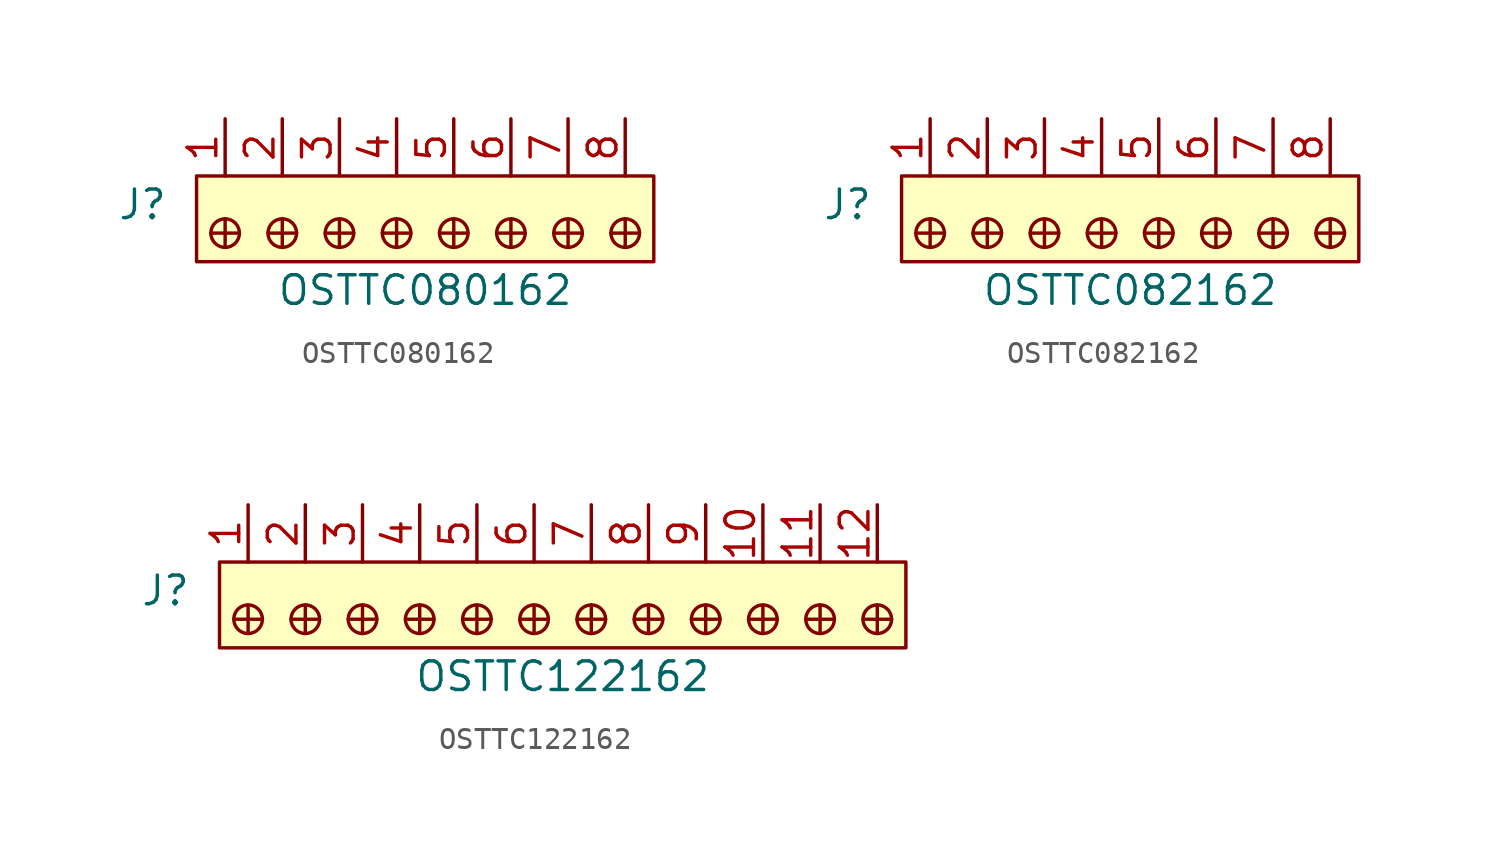
<source format=kicad_sym>
(kicad_symbol_lib
  (version 20211014)
  (generator kicad_symbol_editor)
  (symbol "OSTTC080162"
    (pin_names
      (offset 1.016))
    (property "Reference" "J"
      (at -2.54 -1.27 0)
      (effects (font (size 1.27 1.27)) (justify right)))
    (property "Value" "OSTTC080162"
      (at 8.89 -5.08 0)
      (effects (font (size 1.27 1.27))))
    (symbol "OSTTC080162_1_1"
      (rectangle (start -1.27 0) (end 19.05 -3.81) (stroke (width 0) (type default) (color 0 0 0 0)) (fill (type background)))
      (circle (center 0 -2.54) (radius 0.635) (stroke (width 0) (type default) (color 0 0 0 0)) (fill (type none)))
      (polyline (pts (xy 0 -1.905) (xy 0 -3.175)) (stroke (width 0) (type default) (color 0 0 0 0)) (fill (type none)))
      (polyline (pts (xy 0.635 -2.54) (xy -0.635 -2.54)) (stroke (width 0) (type default) (color 0 0 0 0)) (fill (type none)))
      (polyline (pts (xy 1.905 -2.54) (xy 3.175 -2.54)) (stroke (width 0) (type default) (color 0 0 0 0)) (fill (type none)))
      (polyline (pts (xy 2.54 -1.905) (xy 2.54 -3.175)) (stroke (width 0) (type default) (color 0 0 0 0)) (fill (type none)))
      (polyline (pts (xy 5.08 -1.905) (xy 5.08 -3.175)) (stroke (width 0) (type default) (color 0 0 0 0)) (fill (type none)))
      (polyline (pts (xy 5.715 -2.54) (xy 4.445 -2.54)) (stroke (width 0) (type default) (color 0 0 0 0)) (fill (type none)))
      (polyline (pts (xy 6.985 -2.54) (xy 8.255 -2.54)) (stroke (width 0) (type default) (color 0 0 0 0)) (fill (type none)))
      (polyline (pts (xy 7.62 -1.905) (xy 7.62 -3.175)) (stroke (width 0) (type default) (color 0 0 0 0)) (fill (type none)))
      (polyline (pts (xy 10.16 -1.905) (xy 10.16 -3.175)) (stroke (width 0) (type default) (color 0 0 0 0)) (fill (type none)))
      (polyline (pts (xy 10.795 -2.54) (xy 9.525 -2.54)) (stroke (width 0) (type default) (color 0 0 0 0)) (fill (type none)))
      (polyline (pts (xy 12.065 -2.54) (xy 13.335 -2.54)) (stroke (width 0) (type default) (color 0 0 0 0)) (fill (type none)))
      (polyline (pts (xy 12.7 -1.905) (xy 12.7 -3.175)) (stroke (width 0) (type default) (color 0 0 0 0)) (fill (type none)))
      (polyline (pts (xy 15.24 -1.905) (xy 15.24 -3.175)) (stroke (width 0) (type default) (color 0 0 0 0)) (fill (type none)))
      (polyline (pts (xy 15.875 -2.54) (xy 14.605 -2.54)) (stroke (width 0) (type default) (color 0 0 0 0)) (fill (type none)))
      (polyline (pts (xy 17.145 -2.54) (xy 18.415 -2.54)) (stroke (width 0) (type default) (color 0 0 0 0)) (fill (type none)))
      (polyline (pts (xy 17.78 -1.905) (xy 17.78 -3.175)) (stroke (width 0) (type default) (color 0 0 0 0)) (fill (type none)))
      (circle (center 2.54 -2.54) (radius 0.635) (stroke (width 0) (type default) (color 0 0 0 0)) (fill (type none)))
      (circle (center 5.08 -2.54) (radius 0.635) (stroke (width 0) (type default) (color 0 0 0 0)) (fill (type none)))
      (circle (center 7.62 -2.54) (radius 0.635) (stroke (width 0) (type default) (color 0 0 0 0)) (fill (type none)))
      (circle (center 10.16 -2.54) (radius 0.635) (stroke (width 0) (type default) (color 0 0 0 0)) (fill (type none)))
      (circle (center 12.7 -2.54) (radius 0.635) (stroke (width 0) (type default) (color 0 0 0 0)) (fill (type none)))
      (circle (center 15.24 -2.54) (radius 0.635) (stroke (width 0) (type default) (color 0 0 0 0)) (fill (type none)))
      (circle (center 17.78 -2.54) (radius 0.635) (stroke (width 0) (type default) (color 0 0 0 0)) (fill (type none)))
      (pin passive line (at 0 2.54 270) (length 2.54) (name "~" (effects (font (size 1.27 1.27)))) (number "1" (effects (font (size 1.27 1.27)))))
      (pin passive line (at 2.54 2.54 270) (length 2.54) (name "~" (effects (font (size 1.27 1.27)))) (number "2" (effects (font (size 1.27 1.27)))))
      (pin passive line (at 5.08 2.54 270) (length 2.54) (name "~" (effects (font (size 1.27 1.27)))) (number "3" (effects (font (size 1.27 1.27)))))
      (pin passive line (at 7.62 2.54 270) (length 2.54) (name "~" (effects (font (size 1.27 1.27)))) (number "4" (effects (font (size 1.27 1.27)))))
      (pin passive line (at 10.16 2.54 270) (length 2.54) (name "~" (effects (font (size 1.27 1.27)))) (number "5" (effects (font (size 1.27 1.27)))))
      (pin passive line (at 12.7 2.54 270) (length 2.54) (name "~" (effects (font (size 1.27 1.27)))) (number "6" (effects (font (size 1.27 1.27)))))
      (pin passive line (at 15.24 2.54 270) (length 2.54) (name "~" (effects (font (size 1.27 1.27)))) (number "7" (effects (font (size 1.27 1.27)))))
      (pin passive line (at 17.78 2.54 270) (length 2.54) (name "~" (effects (font (size 1.27 1.27)))) (number "8" (effects (font (size 1.27 1.27)))))))
  (symbol "OSTTC082162"
    (pin_names
      (offset 1.016))
    (property "Reference" "J"
      (at -2.54 -1.27 0)
      (effects (font (size 1.27 1.27)) (justify right)))
    (property "Value" "OSTTC082162"
      (at 8.89 -5.08 0)
      (effects (font (size 1.27 1.27))))
    (symbol "OSTTC082162_1_1"
      (rectangle (start -1.27 0) (end 19.05 -3.81) (stroke (width 0) (type default) (color 0 0 0 0)) (fill (type background)))
      (circle (center 0 -2.54) (radius 0.635) (stroke (width 0) (type default) (color 0 0 0 0)) (fill (type none)))
      (polyline (pts (xy 0 -1.905) (xy 0 -3.175)) (stroke (width 0) (type default) (color 0 0 0 0)) (fill (type none)))
      (polyline (pts (xy 0.635 -2.54) (xy -0.635 -2.54)) (stroke (width 0) (type default) (color 0 0 0 0)) (fill (type none)))
      (polyline (pts (xy 1.905 -2.54) (xy 3.175 -2.54)) (stroke (width 0) (type default) (color 0 0 0 0)) (fill (type none)))
      (polyline (pts (xy 2.54 -1.905) (xy 2.54 -3.175)) (stroke (width 0) (type default) (color 0 0 0 0)) (fill (type none)))
      (polyline (pts (xy 5.08 -1.905) (xy 5.08 -3.175)) (stroke (width 0) (type default) (color 0 0 0 0)) (fill (type none)))
      (polyline (pts (xy 5.715 -2.54) (xy 4.445 -2.54)) (stroke (width 0) (type default) (color 0 0 0 0)) (fill (type none)))
      (polyline (pts (xy 6.985 -2.54) (xy 8.255 -2.54)) (stroke (width 0) (type default) (color 0 0 0 0)) (fill (type none)))
      (polyline (pts (xy 7.62 -1.905) (xy 7.62 -3.175)) (stroke (width 0) (type default) (color 0 0 0 0)) (fill (type none)))
      (polyline (pts (xy 10.16 -1.905) (xy 10.16 -3.175)) (stroke (width 0) (type default) (color 0 0 0 0)) (fill (type none)))
      (polyline (pts (xy 10.795 -2.54) (xy 9.525 -2.54)) (stroke (width 0) (type default) (color 0 0 0 0)) (fill (type none)))
      (polyline (pts (xy 12.065 -2.54) (xy 13.335 -2.54)) (stroke (width 0) (type default) (color 0 0 0 0)) (fill (type none)))
      (polyline (pts (xy 12.7 -1.905) (xy 12.7 -3.175)) (stroke (width 0) (type default) (color 0 0 0 0)) (fill (type none)))
      (polyline (pts (xy 15.24 -1.905) (xy 15.24 -3.175)) (stroke (width 0) (type default) (color 0 0 0 0)) (fill (type none)))
      (polyline (pts (xy 15.875 -2.54) (xy 14.605 -2.54)) (stroke (width 0) (type default) (color 0 0 0 0)) (fill (type none)))
      (polyline (pts (xy 17.145 -2.54) (xy 18.415 -2.54)) (stroke (width 0) (type default) (color 0 0 0 0)) (fill (type none)))
      (polyline (pts (xy 17.78 -1.905) (xy 17.78 -3.175)) (stroke (width 0) (type default) (color 0 0 0 0)) (fill (type none)))
      (circle (center 2.54 -2.54) (radius 0.635) (stroke (width 0) (type default) (color 0 0 0 0)) (fill (type none)))
      (circle (center 5.08 -2.54) (radius 0.635) (stroke (width 0) (type default) (color 0 0 0 0)) (fill (type none)))
      (circle (center 7.62 -2.54) (radius 0.635) (stroke (width 0) (type default) (color 0 0 0 0)) (fill (type none)))
      (circle (center 10.16 -2.54) (radius 0.635) (stroke (width 0) (type default) (color 0 0 0 0)) (fill (type none)))
      (circle (center 12.7 -2.54) (radius 0.635) (stroke (width 0) (type default) (color 0 0 0 0)) (fill (type none)))
      (circle (center 15.24 -2.54) (radius 0.635) (stroke (width 0) (type default) (color 0 0 0 0)) (fill (type none)))
      (circle (center 17.78 -2.54) (radius 0.635) (stroke (width 0) (type default) (color 0 0 0 0)) (fill (type none)))
      (pin passive line (at 0 2.54 270) (length 2.54) (name "~" (effects (font (size 1.27 1.27)))) (number "1" (effects (font (size 1.27 1.27)))))
      (pin passive line (at 2.54 2.54 270) (length 2.54) (name "~" (effects (font (size 1.27 1.27)))) (number "2" (effects (font (size 1.27 1.27)))))
      (pin passive line (at 5.08 2.54 270) (length 2.54) (name "~" (effects (font (size 1.27 1.27)))) (number "3" (effects (font (size 1.27 1.27)))))
      (pin passive line (at 7.62 2.54 270) (length 2.54) (name "~" (effects (font (size 1.27 1.27)))) (number "4" (effects (font (size 1.27 1.27)))))
      (pin passive line (at 10.16 2.54 270) (length 2.54) (name "~" (effects (font (size 1.27 1.27)))) (number "5" (effects (font (size 1.27 1.27)))))
      (pin passive line (at 12.7 2.54 270) (length 2.54) (name "~" (effects (font (size 1.27 1.27)))) (number "6" (effects (font (size 1.27 1.27)))))
      (pin passive line (at 15.24 2.54 270) (length 2.54) (name "~" (effects (font (size 1.27 1.27)))) (number "7" (effects (font (size 1.27 1.27)))))
      (pin passive line (at 17.78 2.54 270) (length 2.54) (name "~" (effects (font (size 1.27 1.27)))) (number "8" (effects (font (size 1.27 1.27)))))))
  (symbol "OSTTC122162"
    (pin_names
      (offset 1.016))
    (property "Reference" "J"
      (at -2.54 -1.27 0)
      (effects (font (size 1.27 1.27)) (justify right)))
    (property "Value" "OSTTC122162"
      (at 13.97 -5.08 0)
      (effects (font (size 1.27 1.27))))
    (symbol "OSTTC122162_1_1"
      (rectangle (start -1.27 0) (end 29.21 -3.81) (stroke (width 0) (type default) (color 0 0 0 0)) (fill (type background)))
      (circle (center 0 -2.54) (radius 0.635) (stroke (width 0) (type default) (color 0 0 0 0)) (fill (type none)))
      (polyline (pts (xy 0 -1.905) (xy 0 -3.175)) (stroke (width 0) (type default) (color 0 0 0 0)) (fill (type none)))
      (polyline (pts (xy 0.635 -2.54) (xy -0.635 -2.54)) (stroke (width 0) (type default) (color 0 0 0 0)) (fill (type none)))
      (polyline (pts (xy 1.905 -2.54) (xy 3.175 -2.54)) (stroke (width 0) (type default) (color 0 0 0 0)) (fill (type none)))
      (polyline (pts (xy 2.54 -1.905) (xy 2.54 -3.175)) (stroke (width 0) (type default) (color 0 0 0 0)) (fill (type none)))
      (polyline (pts (xy 5.08 -1.905) (xy 5.08 -3.175)) (stroke (width 0) (type default) (color 0 0 0 0)) (fill (type none)))
      (polyline (pts (xy 5.715 -2.54) (xy 4.445 -2.54)) (stroke (width 0) (type default) (color 0 0 0 0)) (fill (type none)))
      (polyline (pts (xy 6.985 -2.54) (xy 8.255 -2.54)) (stroke (width 0) (type default) (color 0 0 0 0)) (fill (type none)))
      (polyline (pts (xy 7.62 -1.905) (xy 7.62 -3.175)) (stroke (width 0) (type default) (color 0 0 0 0)) (fill (type none)))
      (polyline (pts (xy 10.16 -1.905) (xy 10.16 -3.175)) (stroke (width 0) (type default) (color 0 0 0 0)) (fill (type none)))
      (polyline (pts (xy 10.795 -2.54) (xy 9.525 -2.54)) (stroke (width 0) (type default) (color 0 0 0 0)) (fill (type none)))
      (polyline (pts (xy 12.065 -2.54) (xy 13.335 -2.54)) (stroke (width 0) (type default) (color 0 0 0 0)) (fill (type none)))
      (polyline (pts (xy 12.7 -1.905) (xy 12.7 -3.175)) (stroke (width 0) (type default) (color 0 0 0 0)) (fill (type none)))
      (polyline (pts (xy 15.24 -1.905) (xy 15.24 -3.175)) (stroke (width 0) (type default) (color 0 0 0 0)) (fill (type none)))
      (polyline (pts (xy 15.875 -2.54) (xy 14.605 -2.54)) (stroke (width 0) (type default) (color 0 0 0 0)) (fill (type none)))
      (polyline (pts (xy 17.145 -2.54) (xy 18.415 -2.54)) (stroke (width 0) (type default) (color 0 0 0 0)) (fill (type none)))
      (polyline (pts (xy 17.78 -1.905) (xy 17.78 -3.175)) (stroke (width 0) (type default) (color 0 0 0 0)) (fill (type none)))
      (polyline (pts (xy 20.32 -1.905) (xy 20.32 -3.175)) (stroke (width 0) (type default) (color 0 0 0 0)) (fill (type none)))
      (polyline (pts (xy 20.955 -2.54) (xy 19.685 -2.54)) (stroke (width 0) (type default) (color 0 0 0 0)) (fill (type none)))
      (polyline (pts (xy 22.225 -2.54) (xy 23.495 -2.54)) (stroke (width 0) (type default) (color 0 0 0 0)) (fill (type none)))
      (polyline (pts (xy 22.86 -1.905) (xy 22.86 -3.175)) (stroke (width 0) (type default) (color 0 0 0 0)) (fill (type none)))
      (polyline (pts (xy 25.4 -1.905) (xy 25.4 -3.175)) (stroke (width 0) (type default) (color 0 0 0 0)) (fill (type none)))
      (polyline (pts (xy 26.035 -2.54) (xy 24.765 -2.54)) (stroke (width 0) (type default) (color 0 0 0 0)) (fill (type none)))
      (polyline (pts (xy 27.305 -2.54) (xy 28.575 -2.54)) (stroke (width 0) (type default) (color 0 0 0 0)) (fill (type none)))
      (polyline (pts (xy 27.94 -1.905) (xy 27.94 -3.175)) (stroke (width 0) (type default) (color 0 0 0 0)) (fill (type none)))
      (circle (center 2.54 -2.54) (radius 0.635) (stroke (width 0) (type default) (color 0 0 0 0)) (fill (type none)))
      (circle (center 5.08 -2.54) (radius 0.635) (stroke (width 0) (type default) (color 0 0 0 0)) (fill (type none)))
      (circle (center 7.62 -2.54) (radius 0.635) (stroke (width 0) (type default) (color 0 0 0 0)) (fill (type none)))
      (circle (center 10.16 -2.54) (radius 0.635) (stroke (width 0) (type default) (color 0 0 0 0)) (fill (type none)))
      (circle (center 12.7 -2.54) (radius 0.635) (stroke (width 0) (type default) (color 0 0 0 0)) (fill (type none)))
      (circle (center 15.24 -2.54) (radius 0.635) (stroke (width 0) (type default) (color 0 0 0 0)) (fill (type none)))
      (circle (center 17.78 -2.54) (radius 0.635) (stroke (width 0) (type default) (color 0 0 0 0)) (fill (type none)))
      (circle (center 20.32 -2.54) (radius 0.635) (stroke (width 0) (type default) (color 0 0 0 0)) (fill (type none)))
      (circle (center 22.86 -2.54) (radius 0.635) (stroke (width 0) (type default) (color 0 0 0 0)) (fill (type none)))
      (circle (center 25.4 -2.54) (radius 0.635) (stroke (width 0) (type default) (color 0 0 0 0)) (fill (type none)))
      (circle (center 27.94 -2.54) (radius 0.635) (stroke (width 0) (type default) (color 0 0 0 0)) (fill (type none)))
      (pin passive line (at 0 2.54 270) (length 2.54) (name "~" (effects (font (size 1.27 1.27)))) (number "1" (effects (font (size 1.27 1.27)))))
      (pin passive line (at 22.86 2.54 270) (length 2.54) (name "~" (effects (font (size 1.27 1.27)))) (number "10" (effects (font (size 1.27 1.27)))))
      (pin passive line (at 25.4 2.54 270) (length 2.54) (name "~" (effects (font (size 1.27 1.27)))) (number "11" (effects (font (size 1.27 1.27)))))
      (pin passive line (at 27.94 2.54 270) (length 2.54) (name "~" (effects (font (size 1.27 1.27)))) (number "12" (effects (font (size 1.27 1.27)))))
      (pin passive line (at 2.54 2.54 270) (length 2.54) (name "~" (effects (font (size 1.27 1.27)))) (number "2" (effects (font (size 1.27 1.27)))))
      (pin passive line (at 5.08 2.54 270) (length 2.54) (name "~" (effects (font (size 1.27 1.27)))) (number "3" (effects (font (size 1.27 1.27)))))
      (pin passive line (at 7.62 2.54 270) (length 2.54) (name "~" (effects (font (size 1.27 1.27)))) (number "4" (effects (font (size 1.27 1.27)))))
      (pin passive line (at 10.16 2.54 270) (length 2.54) (name "~" (effects (font (size 1.27 1.27)))) (number "5" (effects (font (size 1.27 1.27)))))
      (pin passive line (at 12.7 2.54 270) (length 2.54) (name "~" (effects (font (size 1.27 1.27)))) (number "6" (effects (font (size 1.27 1.27)))))
      (pin passive line (at 15.24 2.54 270) (length 2.54) (name "~" (effects (font (size 1.27 1.27)))) (number "7" (effects (font (size 1.27 1.27)))))
      (pin passive line (at 17.78 2.54 270) (length 2.54) (name "~" (effects (font (size 1.27 1.27)))) (number "8" (effects (font (size 1.27 1.27)))))
      (pin passive line (at 20.32 2.54 270) (length 2.54) (name "~" (effects (font (size 1.27 1.27)))) (number "9" (effects (font (size 1.27 1.27))))))))
</source>
